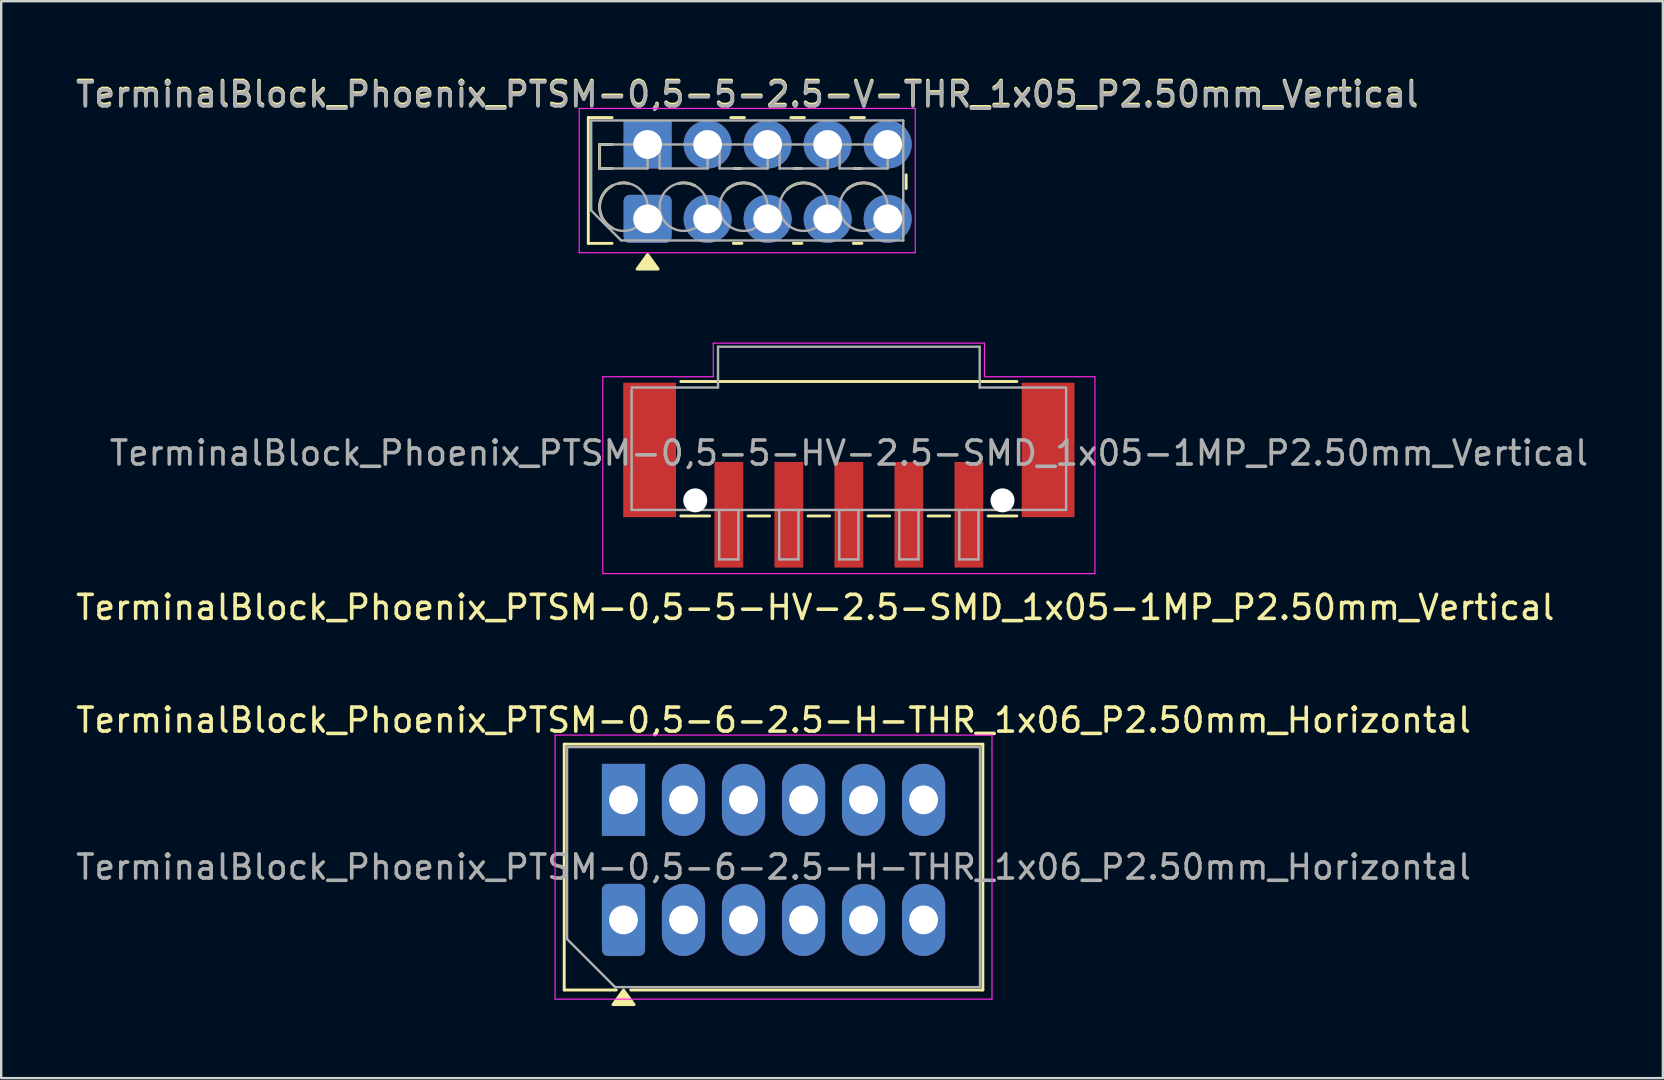
<source format=kicad_pcb>
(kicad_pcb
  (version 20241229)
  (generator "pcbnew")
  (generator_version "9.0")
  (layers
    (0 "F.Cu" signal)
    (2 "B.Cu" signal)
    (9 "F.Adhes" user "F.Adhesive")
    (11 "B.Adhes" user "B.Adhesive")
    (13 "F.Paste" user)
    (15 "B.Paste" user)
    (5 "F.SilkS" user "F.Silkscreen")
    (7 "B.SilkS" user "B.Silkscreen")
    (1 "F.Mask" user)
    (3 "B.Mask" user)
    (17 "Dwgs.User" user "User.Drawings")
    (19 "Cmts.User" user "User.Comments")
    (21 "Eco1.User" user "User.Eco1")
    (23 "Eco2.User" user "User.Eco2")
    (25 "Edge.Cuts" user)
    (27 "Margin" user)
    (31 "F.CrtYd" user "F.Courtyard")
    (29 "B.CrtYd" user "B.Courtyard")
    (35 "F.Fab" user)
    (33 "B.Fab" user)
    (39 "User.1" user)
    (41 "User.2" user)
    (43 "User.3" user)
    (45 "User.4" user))
  (footprint "TerminalBlock_Phoenix_PTSM-0,5-5-HV-2.5-SMD_1x05-1MP_P2.50mm_Vertical"
    (layer "F.Cu")
    (at 32.311 16.743)
    (property "Reference" "TerminalBlock_Phoenix_PTSM-0,5-5-HV-2.5-SMD_1x05-1MP_P2.50mm_Vertical" (at -1.4 5.51 0) (layer "F.SilkS") (effects (font (size 1 1) (thickness 0.15))))
    (attr smd)
    (fp_line (start -7 -3.9) (end 7 -3.9) (stroke (width 0.12) (type solid)) (layer "F.SilkS"))
    (fp_line (start -5.8 1.7) (end -7 1.7) (stroke (width 0.12) (type solid)) (layer "F.SilkS"))
    (fp_line (start -3.3 1.7) (end -4.2 1.7) (stroke (width 0.12) (type solid)) (layer "F.SilkS"))
    (fp_line (start -0.8 1.7) (end -1.7 1.7) (stroke (width 0.12) (type solid)) (layer "F.SilkS"))
    (fp_line (start 1.7 1.7) (end 0.8 1.7) (stroke (width 0.12) (type solid)) (layer "F.SilkS"))
    (fp_line (start 4.2 1.7) (end 3.3 1.7) (stroke (width 0.12) (type solid)) (layer "F.SilkS"))
    (fp_line (start 7 1.7) (end 5.8 1.7) (stroke (width 0.12) (type solid)) (layer "F.SilkS"))
    (fp_line (start -10.25 -4.1) (end -5.65 -4.1) (stroke (width 0.05) (type solid)) (layer "F.CrtYd"))
    (fp_line (start -10.25 4.1) (end -10.25 -4.1) (stroke (width 0.05) (type solid)) (layer "F.CrtYd"))
    (fp_line (start -5.65 -5.5) (end 5.65 -5.5) (stroke (width 0.05) (type solid)) (layer "F.CrtYd"))
    (fp_line (start -5.65 -4.1) (end -5.65 -5.5) (stroke (width 0.05) (type solid)) (layer "F.CrtYd"))
    (fp_line (start 5.65 -4.1) (end 5.65 -5.5) (stroke (width 0.05) (type solid)) (layer "F.CrtYd"))
    (fp_line (start 10.25 -4.1) (end 5.65 -4.1) (stroke (width 0.05) (type solid)) (layer "F.CrtYd"))
    (fp_line (start 10.25 -4.1) (end 10.25 4.1) (stroke (width 0.05) (type solid)) (layer "F.CrtYd"))
    (fp_line (start 10.25 4.1) (end -10.25 4.1) (stroke (width 0.05) (type solid)) (layer "F.CrtYd"))
    (fp_line (start -9.05 -3.65) (end -5.45 -3.65) (stroke (width 0.1) (type solid)) (layer "F.Fab"))
    (fp_line (start -9.05 1.45) (end -9.05 -3.55) (stroke (width 0.1) (type solid)) (layer "F.Fab"))
    (fp_line (start -5.45 -5.35) (end 5.45 -5.35) (stroke (width 0.1) (type solid)) (layer "F.Fab"))
    (fp_line (start -5.45 -3.65) (end -5.45 -5.35) (stroke (width 0.1) (type solid)) (layer "F.Fab"))
    (fp_line (start -5.4 1.45) (end -5.4 3.51) (stroke (width 0.1) (type solid)) (layer "F.Fab"))
    (fp_line (start -5.4 3.51) (end -4.6 3.51) (stroke (width 0.1) (type solid)) (layer "F.Fab"))
    (fp_line (start -4.6 1.45) (end -4.6 3.51) (stroke (width 0.1) (type solid)) (layer "F.Fab"))
    (fp_line (start -2.9 1.45) (end -2.9 3.51) (stroke (width 0.1) (type solid)) (layer "F.Fab"))
    (fp_line (start -2.9 3.51) (end -2.1 3.51) (stroke (width 0.1) (type solid)) (layer "F.Fab"))
    (fp_line (start -2.1 1.45) (end -2.1 3.51) (stroke (width 0.1) (type solid)) (layer "F.Fab"))
    (fp_line (start -0.4 1.45) (end -0.4 3.51) (stroke (width 0.1) (type solid)) (layer "F.Fab"))
    (fp_line (start -0.4 3.51) (end 0.4 3.51) (stroke (width 0.1) (type solid)) (layer "F.Fab"))
    (fp_line (start 0.4 1.45) (end 0.4 3.51) (stroke (width 0.1) (type solid)) (layer "F.Fab"))
    (fp_line (start 2.1 1.45) (end 2.1 3.51) (stroke (width 0.1) (type solid)) (layer "F.Fab"))
    (fp_line (start 2.1 3.51) (end 2.9 3.51) (stroke (width 0.1) (type solid)) (layer "F.Fab"))
    (fp_line (start 2.9 1.45) (end 2.9 3.51) (stroke (width 0.1) (type solid)) (layer "F.Fab"))
    (fp_line (start 4.6 1.45) (end 4.6 3.51) (stroke (width 0.1) (type solid)) (layer "F.Fab"))
    (fp_line (start 4.6 3.51) (end 5.4 3.51) (stroke (width 0.1) (type solid)) (layer "F.Fab"))
    (fp_line (start 5.4 1.45) (end 5.4 3.51) (stroke (width 0.1) (type solid)) (layer "F.Fab"))
    (fp_line (start 5.45 -5.35) (end 5.45 -3.65) (stroke (width 0.1) (type solid)) (layer "F.Fab"))
    (fp_line (start 5.45 -3.65) (end 9.05 -3.65) (stroke (width 0.1) (type solid)) (layer "F.Fab"))
    (fp_line (start 9.05 1.45) (end -9.05 1.45) (stroke (width 0.1) (type solid)) (layer "F.Fab"))
    (fp_line (start 9.05 1.45) (end 9.05 -3.6) (stroke (width 0.1) (type solid)) (layer "F.Fab"))
    (fp_text user "${REFERENCE}" (at 0 -0.92 0) (layer "F.Fab") (effects (font (size 1 1) (thickness 0.15))))
    (pad "" np_thru_hole circle (at -6.4 1.05) (size 1 1) (drill 1) (layers "*.Cu" "*.Mask"))
    (pad "" np_thru_hole circle (at 6.4 1.05) (size 1 1) (drill 1) (layers "*.Cu" "*.Mask"))
    (pad "1" smd rect (at -5 1.65 180) (size 1.2 4.4) (layers "F.Cu" "F.Mask" "F.Paste"))
    (pad "2" smd rect (at -2.5 1.65 180) (size 1.2 4.4) (layers "F.Cu" "F.Mask" "F.Paste"))
    (pad "3" smd rect (at 0 1.65 180) (size 1.2 4.4) (layers "F.Cu" "F.Mask" "F.Paste"))
    (pad "4" smd rect (at 2.5 1.65 180) (size 1.2 4.4) (layers "F.Cu" "F.Mask" "F.Paste"))
    (pad "5" smd rect (at 5 1.65 180) (size 1.2 4.4) (layers "F.Cu" "F.Mask" "F.Paste"))
    (pad "MP" smd rect (at -8.3 -1.05 180) (size 2.2 5.6) (layers "F.Cu" "F.Mask" "F.Paste"))
    (pad "MP" smd rect (at 8.3 -1.05 180) (size 2.2 5.6) (layers "F.Cu" "F.Mask" "F.Paste")))
  (footprint "TerminalBlock_Phoenix_PTSM-0,5-6-2.5-H-THR_1x06_P2.50mm_Horizontal"
    (layer "F.Cu")
    (at 22.923 35.27)
    (property "Reference" "TerminalBlock_Phoenix_PTSM-0,5-6-2.5-H-THR_1x06_P2.50mm_Horizontal" (at 6.25 -8.32 0) (layer "F.SilkS") (effects (font (size 1 1) (thickness 0.15))))
    (attr through_hole)
    (fp_line (start -2.47 -7.32) (end 14.97 -7.32) (stroke (width 0.12) (type solid)) (layer "F.SilkS"))
    (fp_line (start -2.47 2.92) (end -2.47 -7.32) (stroke (width 0.12) (type solid)) (layer "F.SilkS"))
    (fp_line (start -0.3 2.92) (end -2.47 2.92) (stroke (width 0.12) (type solid)) (layer "F.SilkS"))
    (fp_line (start 14.97 -7.32) (end 14.97 2.92) (stroke (width 0.12) (type solid)) (layer "F.SilkS"))
    (fp_line (start 14.97 2.92) (end 0.3 2.92) (stroke (width 0.12) (type solid)) (layer "F.SilkS"))
    (fp_poly (pts (xy 0 2.92) (xy 0.44 3.53) (xy -0.44 3.53)) (stroke (width 0.12) (type solid)) (fill yes) (layer "F.SilkS"))
    (fp_line (start -2.85 -7.7) (end -2.85 3.3) (stroke (width 0.05) (type solid)) (layer "F.CrtYd"))
    (fp_line (start -2.85 3.3) (end 15.35 3.3) (stroke (width 0.05) (type solid)) (layer "F.CrtYd"))
    (fp_line (start 15.35 -7.7) (end -2.85 -7.7) (stroke (width 0.05) (type solid)) (layer "F.CrtYd"))
    (fp_line (start 15.35 3.3) (end 15.35 -7.7) (stroke (width 0.05) (type solid)) (layer "F.CrtYd"))
    (fp_line (start -2.35 -7.2) (end 14.85 -7.2) (stroke (width 0.1) (type solid)) (layer "F.Fab"))
    (fp_line (start -2.35 0.8) (end -2.35 -7.2) (stroke (width 0.1) (type solid)) (layer "F.Fab"))
    (fp_line (start -0.35 2.8) (end -2.35 0.8) (stroke (width 0.1) (type solid)) (layer "F.Fab"))
    (fp_line (start 14.85 -7.2) (end 14.85 2.8) (stroke (width 0.1) (type solid)) (layer "F.Fab"))
    (fp_line (start 14.85 2.8) (end -0.35 2.8) (stroke (width 0.1) (type solid)) (layer "F.Fab"))
    (fp_text user "${REFERENCE}" (at 6.25 -2.2 0) (layer "F.Fab") (effects (font (size 1 1) (thickness 0.15))))
    (pad "1" thru_hole rect (at 0 -5) (size 1.8 3) (drill 1.2) (layers "*.Cu" "*.Mask"))
    (pad "1" thru_hole roundrect (at 0 0) (size 1.8 3) (drill 1.2) (layers "*.Cu" "*.Mask") (roundrect_rratio 0.139))
    (pad "2" thru_hole oval (at 2.5 -5) (size 1.8 3) (drill 1.2) (layers "*.Cu" "*.Mask"))
    (pad "2" thru_hole oval (at 2.5 0) (size 1.8 3) (drill 1.2) (layers "*.Cu" "*.Mask"))
    (pad "3" thru_hole oval (at 5 -5) (size 1.8 3) (drill 1.2) (layers "*.Cu" "*.Mask"))
    (pad "3" thru_hole oval (at 5 0) (size 1.8 3) (drill 1.2) (layers "*.Cu" "*.Mask"))
    (pad "4" thru_hole oval (at 7.5 -5) (size 1.8 3) (drill 1.2) (layers "*.Cu" "*.Mask"))
    (pad "4" thru_hole oval (at 7.5 0) (size 1.8 3) (drill 1.2) (layers "*.Cu" "*.Mask"))
    (pad "5" thru_hole oval (at 10 -5) (size 1.8 3) (drill 1.2) (layers "*.Cu" "*.Mask"))
    (pad "5" thru_hole oval (at 10 0) (size 1.8 3) (drill 1.2) (layers "*.Cu" "*.Mask"))
    (pad "6" thru_hole oval (at 12.5 -5) (size 1.8 3) (drill 1.2) (layers "*.Cu" "*.Mask"))
    (pad "6" thru_hole oval (at 12.5 0) (size 1.8 3) (drill 1.2) (layers "*.Cu" "*.Mask")))
  (footprint "TerminalBlock_Phoenix_PTSM-0,5-5-2.5-V-THR_1x05_P2.50mm_Vertical"
    (layer "F.Cu")
    (at 23.927 6.068)
    (property "Reference" "TerminalBlock_Phoenix_PTSM-0,5-5-2.5-V-THR_1x05_P2.50mm_Vertical" (at 4.15 -5.22 0) (layer "F.SilkS") (effects (font (size 1 1) (thickness 0.15))))
    (attr through_hole)
    (fp_line (start -2.47 -4.22) (end -1.48 -4.22) (stroke (width 0.12) (type solid)) (layer "F.SilkS"))
    (fp_line (start -2.47 1.02) (end -2.47 -4.22) (stroke (width 0.12) (type solid)) (layer "F.SilkS"))
    (fp_line (start -2 -3.1) (end -1.48 -3.1) (stroke (width 0.12) (type solid)) (layer "F.SilkS"))
    (fp_line (start -2 -2.1) (end -2 -3.1) (stroke (width 0.12) (type solid)) (layer "F.SilkS"))
    (fp_line (start -1.48 -2.1) (end -2 -2.1) (stroke (width 0.12) (type solid)) (layer "F.SilkS"))
    (fp_line (start -1.48 1.02) (end -2.47 1.02) (stroke (width 0.12) (type solid)) (layer "F.SilkS"))
    (fp_line (start 3.467 -4.22) (end 4.033 -4.22) (stroke (width 0.12) (type solid)) (layer "F.SilkS"))
    (fp_line (start 3.909 -2.1) (end 3.591 -2.1) (stroke (width 0.12) (type solid)) (layer "F.SilkS"))
    (fp_line (start 3.928 1.02) (end 3.572 1.02) (stroke (width 0.12) (type solid)) (layer "F.SilkS"))
    (fp_line (start 5.967 -4.22) (end 6.533 -4.22) (stroke (width 0.12) (type solid)) (layer "F.SilkS"))
    (fp_line (start 6.409 -2.1) (end 6.091 -2.1) (stroke (width 0.12) (type solid)) (layer "F.SilkS"))
    (fp_line (start 6.428 1.02) (end 6.072 1.02) (stroke (width 0.12) (type solid)) (layer "F.SilkS"))
    (fp_line (start 8.467 -4.22) (end 9.033 -4.22) (stroke (width 0.12) (type solid)) (layer "F.SilkS"))
    (fp_line (start 8.909 -2.1) (end 8.591 -2.1) (stroke (width 0.12) (type solid)) (layer "F.SilkS"))
    (fp_line (start 8.928 1.02) (end 8.572 1.02) (stroke (width 0.12) (type solid)) (layer "F.SilkS"))
    (fp_line (start 10.77 -1.836) (end 10.77 -1.264) (stroke (width 0.12) (type solid)) (layer "F.SilkS"))
    (fp_arc (start -1.48 0.377) (mid -2 -0.5) (end -1.48 -1.377) (stroke (width 0.12) (type solid)) (layer "F.SilkS"))
    (fp_arc (start -1.199 -1.48) (mid -1 -1.5) (end -0.801 -1.48) (stroke (width 0.12) (type solid)) (layer "F.SilkS"))
    (fp_arc (start 1.301 -1.48) (mid 1.644617 -1.48991) (end 1.971 -1.382) (stroke (width 0.12) (type solid)) (layer "F.SilkS"))
    (fp_arc (start 3.319 -1.233) (mid 3.871134 -1.492017) (end 4.471 -1.382) (stroke (width 0.12) (type solid)) (layer "F.SilkS"))
    (fp_arc (start 5.819 -1.233) (mid 6.371134 -1.492017) (end 6.971 -1.382) (stroke (width 0.12) (type solid)) (layer "F.SilkS"))
    (fp_arc (start 8.319 -1.233) (mid 8.871134 -1.492017) (end 9.471 -1.382) (stroke (width 0.12) (type solid)) (layer "F.SilkS"))
    (fp_poly (pts (xy 0 1.48) (xy 0.44 2.09) (xy -0.44 2.09)) (stroke (width 0.12) (type solid)) (fill yes) (layer "F.SilkS"))
    (fp_line (start -2.85 -4.6) (end -2.85 1.41) (stroke (width 0.05) (type solid)) (layer "F.CrtYd"))
    (fp_line (start -2.85 1.41) (end 11.15 1.41) (stroke (width 0.05) (type solid)) (layer "F.CrtYd"))
    (fp_line (start 11.15 -4.6) (end -2.85 -4.6) (stroke (width 0.05) (type solid)) (layer "F.CrtYd"))
    (fp_line (start 11.15 1.41) (end 11.15 -4.6) (stroke (width 0.05) (type solid)) (layer "F.CrtYd"))
    (fp_line (start -2.35 -4.1) (end 10.65 -4.1) (stroke (width 0.1) (type solid)) (layer "F.Fab"))
    (fp_line (start -2.35 -0.35) (end -2.35 -4.1) (stroke (width 0.1) (type solid)) (layer "F.Fab"))
    (fp_line (start -2 -3.1) (end -2 -2.1) (stroke (width 0.1) (type solid)) (layer "F.Fab"))
    (fp_line (start -2 -2.1) (end 0 -2.1) (stroke (width 0.1) (type solid)) (layer "F.Fab"))
    (fp_line (start -1.1 0.9) (end -2.35 -0.35) (stroke (width 0.1) (type solid)) (layer "F.Fab"))
    (fp_line (start 0 -3.1) (end -2 -3.1) (stroke (width 0.1) (type solid)) (layer "F.Fab"))
    (fp_line (start 0 -2.1) (end 0 -3.1) (stroke (width 0.1) (type solid)) (layer "F.Fab"))
    (fp_line (start 0.5 -3.1) (end 0.5 -2.1) (stroke (width 0.1) (type solid)) (layer "F.Fab"))
    (fp_line (start 0.5 -2.1) (end 2.5 -2.1) (stroke (width 0.1) (type solid)) (layer "F.Fab"))
    (fp_line (start 2.5 -3.1) (end 0.5 -3.1) (stroke (width 0.1) (type solid)) (layer "F.Fab"))
    (fp_line (start 2.5 -2.1) (end 2.5 -3.1) (stroke (width 0.1) (type solid)) (layer "F.Fab"))
    (fp_line (start 3 -3.1) (end 3 -2.1) (stroke (width 0.1) (type solid)) (layer "F.Fab"))
    (fp_line (start 3 -2.1) (end 5 -2.1) (stroke (width 0.1) (type solid)) (layer "F.Fab"))
    (fp_line (start 5 -3.1) (end 3 -3.1) (stroke (width 0.1) (type solid)) (layer "F.Fab"))
    (fp_line (start 5 -2.1) (end 5 -3.1) (stroke (width 0.1) (type solid)) (layer "F.Fab"))
    (fp_line (start 5.5 -3.1) (end 5.5 -2.1) (stroke (width 0.1) (type solid)) (layer "F.Fab"))
    (fp_line (start 5.5 -2.1) (end 7.5 -2.1) (stroke (width 0.1) (type solid)) (layer "F.Fab"))
    (fp_line (start 7.5 -3.1) (end 5.5 -3.1) (stroke (width 0.1) (type solid)) (layer "F.Fab"))
    (fp_line (start 7.5 -2.1) (end 7.5 -3.1) (stroke (width 0.1) (type solid)) (layer "F.Fab"))
    (fp_line (start 8 -3.1) (end 8 -2.1) (stroke (width 0.1) (type solid)) (layer "F.Fab"))
    (fp_line (start 8 -2.1) (end 10 -2.1) (stroke (width 0.1) (type solid)) (layer "F.Fab"))
    (fp_line (start 10 -3.1) (end 8 -3.1) (stroke (width 0.1) (type solid)) (layer "F.Fab"))
    (fp_line (start 10 -2.1) (end 10 -3.1) (stroke (width 0.1) (type solid)) (layer "F.Fab"))
    (fp_line (start 10.65 -4.1) (end 10.65 0.9) (stroke (width 0.1) (type solid)) (layer "F.Fab"))
    (fp_line (start 10.65 0.9) (end -1.1 0.9) (stroke (width 0.1) (type solid)) (layer "F.Fab"))
    (fp_circle (center -1 -0.5) (end 0 -0.5) (stroke (width 0.1) (type solid)) (fill no) (layer "F.Fab"))
    (fp_circle (center 1.5 -0.5) (end 2.5 -0.5) (stroke (width 0.1) (type solid)) (fill no) (layer "F.Fab"))
    (fp_circle (center 4 -0.5) (end 5 -0.5) (stroke (width 0.1) (type solid)) (fill no) (layer "F.Fab"))
    (fp_circle (center 6.5 -0.5) (end 7.5 -0.5) (stroke (width 0.1) (type solid)) (fill no) (layer "F.Fab"))
    (fp_circle (center 9 -0.5) (end 10 -0.5) (stroke (width 0.1) (type solid)) (fill no) (layer "F.Fab"))
    (fp_text user "${REFERENCE}" (at 4.15 -5.16 0) (layer "F.Fab") (effects (font (size 1 1) (thickness 0.15))))
    (pad "1" thru_hole rect (at 0 -3.1) (size 2 2) (drill 1.2) (layers "*.Cu" "*.Mask"))
    (pad "1" thru_hole roundrect (at 0 0) (size 2 2) (drill 1.2) (layers "*.Cu" "*.Mask") (roundrect_rratio 0.125))
    (pad "2" thru_hole circle (at 2.5 -3.1) (size 2 2) (drill 1.2) (layers "*.Cu" "*.Mask"))
    (pad "2" thru_hole circle (at 2.5 0) (size 2 2) (drill 1.2) (layers "*.Cu" "*.Mask"))
    (pad "3" thru_hole circle (at 5 -3.1) (size 2 2) (drill 1.2) (layers "*.Cu" "*.Mask"))
    (pad "3" thru_hole circle (at 5 0) (size 2 2) (drill 1.2) (layers "*.Cu" "*.Mask"))
    (pad "4" thru_hole circle (at 7.5 -3.1) (size 2 2) (drill 1.2) (layers "*.Cu" "*.Mask"))
    (pad "4" thru_hole circle (at 7.5 0) (size 2 2) (drill 1.2) (layers "*.Cu" "*.Mask"))
    (pad "5" thru_hole circle (at 10 -3.1) (size 2 2) (drill 1.2) (layers "*.Cu" "*.Mask"))
    (pad "5" thru_hole circle (at 10 0) (size 2 2) (drill 1.2) (layers "*.Cu" "*.Mask")))
  (gr_rect
    (start -3 -3)
    (end 66.221 41.86)
    (stroke (width 0.1) (type default))
    (fill no)
    (layer "Edge.Cuts")))
</source>
